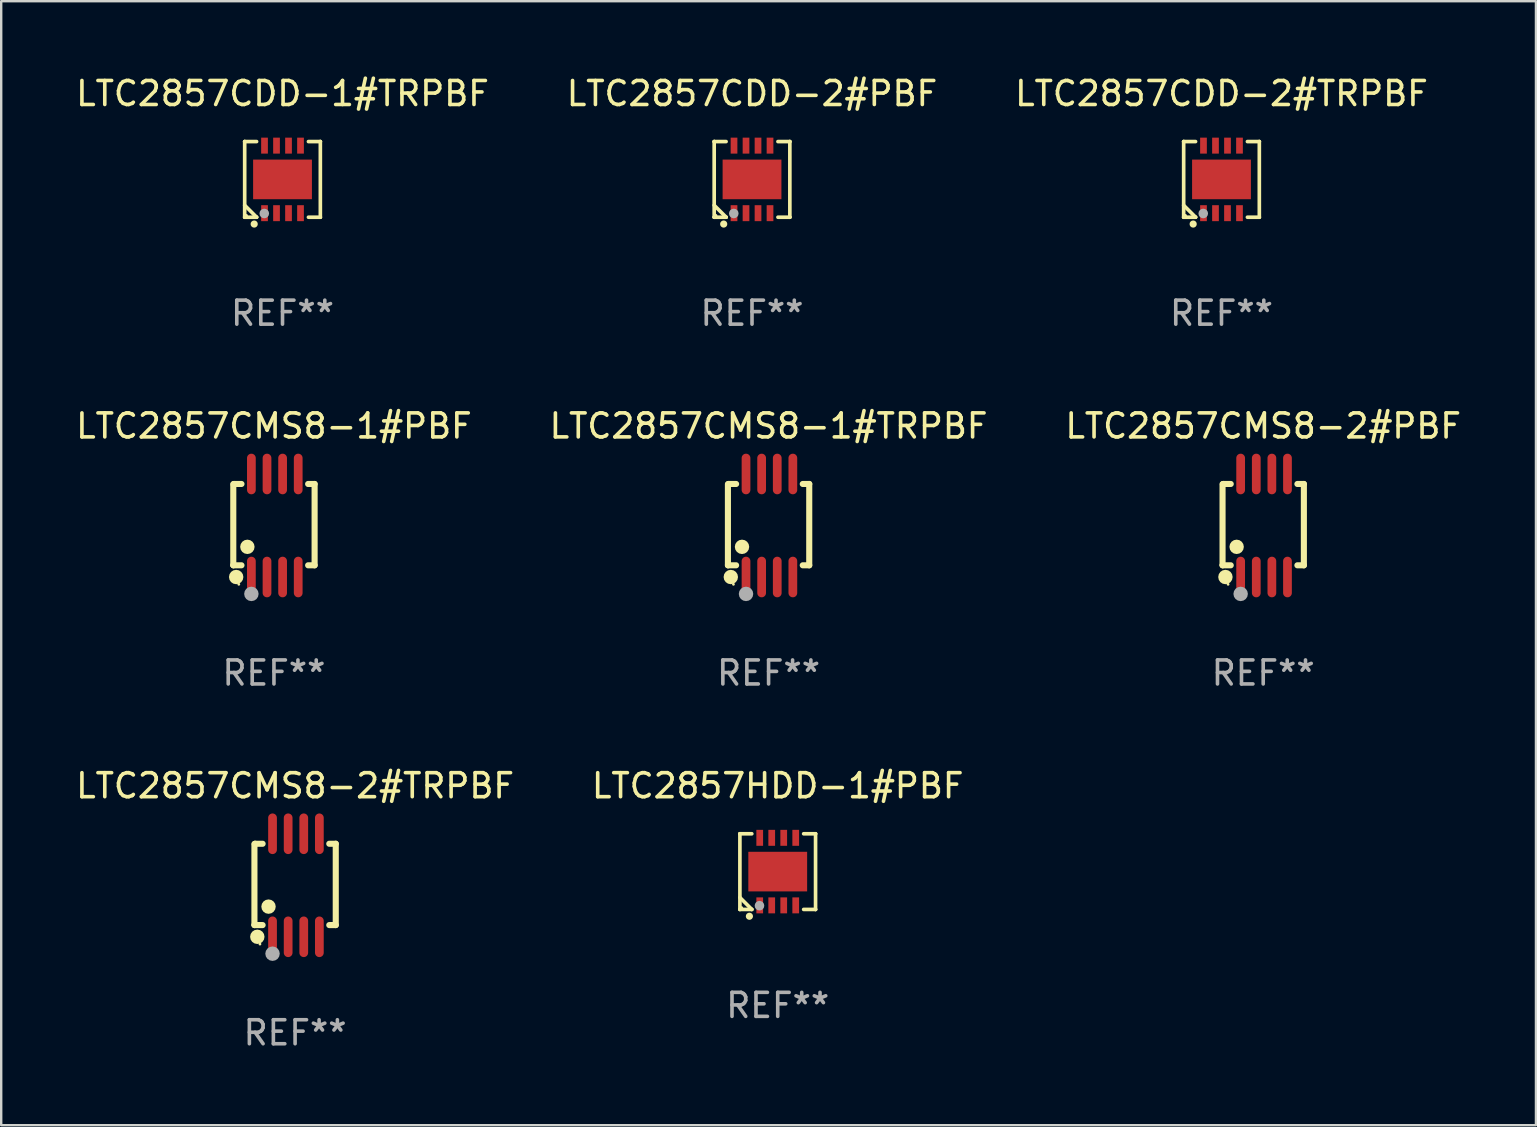
<source format=kicad_pcb>
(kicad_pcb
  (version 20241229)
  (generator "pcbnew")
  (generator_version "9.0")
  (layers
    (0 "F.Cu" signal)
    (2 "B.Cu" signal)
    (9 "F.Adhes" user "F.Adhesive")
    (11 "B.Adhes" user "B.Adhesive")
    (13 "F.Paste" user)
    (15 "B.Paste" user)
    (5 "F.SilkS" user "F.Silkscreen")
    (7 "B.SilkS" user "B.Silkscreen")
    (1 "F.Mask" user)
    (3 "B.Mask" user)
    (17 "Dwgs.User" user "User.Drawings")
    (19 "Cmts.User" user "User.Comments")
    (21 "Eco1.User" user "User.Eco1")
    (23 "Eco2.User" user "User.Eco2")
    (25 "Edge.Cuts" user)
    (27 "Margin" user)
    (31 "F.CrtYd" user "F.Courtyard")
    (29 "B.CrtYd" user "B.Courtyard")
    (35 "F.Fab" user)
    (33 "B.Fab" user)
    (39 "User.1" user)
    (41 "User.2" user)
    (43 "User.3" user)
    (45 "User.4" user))
  (footprint "LTC2857CMS8-1#PBF"
    (layer "F.Cu")
    (at 8.363 18.843)
    (property "Reference" "LTC2857CMS8-1#PBF" (at 0 -4.146 0) (layer "F.SilkS") (effects (font (size 1 1) (thickness 0.15))))
    (attr through_hole)
    (fp_line (start -1.694 -1.724) (end -1.694 1.652) (stroke (width 0.254) (type solid)) (layer "F.SilkS"))
    (fp_line (start -1.694 1.652) (end -1.688 1.658) (stroke (width 0.254) (type solid)) (layer "F.SilkS"))
    (fp_line (start -1.688 1.658) (end -1.353 1.658) (stroke (width 0.254) (type solid)) (layer "F.SilkS"))
    (fp_line (start -1.661 -1.73) (end -1.681 -1.71) (stroke (width 0.254) (type solid)) (layer "F.SilkS"))
    (fp_line (start -1.353 -1.73) (end -1.661 -1.73) (stroke (width 0.254) (type solid)) (layer "F.SilkS"))
    (fp_line (start 1.424 1.658) (end 1.694 1.658) (stroke (width 0.254) (type solid)) (layer "F.SilkS"))
    (fp_line (start 1.694 -1.73) (end 1.424 -1.73) (stroke (width 0.254) (type solid)) (layer "F.SilkS"))
    (fp_line (start 1.694 1.658) (end 1.694 -1.73) (stroke (width 0.254) (type solid)) (layer "F.SilkS"))
    (fp_circle (center -1.574 2.146) (end -1.424 2.146) (stroke (width 0.3) (type solid)) (fill no) (layer "F.SilkS"))
    (fp_circle (center -1.464 2.45) (end -1.434 2.45) (stroke (width 0.06) (type solid)) (fill no) (layer "F.SilkS"))
    (fp_circle (center -1.107 0.889) (end -0.957 0.889) (stroke (width 0.3) (type solid)) (fill no) (layer "F.SilkS"))
    (fp_circle (center -0.94 2.85) (end -0.789 2.85) (stroke (width 0.3) (type solid)) (fill no) (layer "F.Fab"))
    (fp_text user "REF**" (at 0 6.146 0) (layer "F.Fab") (effects (font (size 1 1) (thickness 0.15))))
    (pad "1" smd oval (at -0.94 2.146) (size 0.364 1.692) (layers "F.Cu" "F.Mask" "F.Paste"))
    (pad "2" smd oval (at -0.289 2.146) (size 0.364 1.692) (layers "F.Cu" "F.Mask" "F.Paste"))
    (pad "3" smd oval (at 0.361 2.146) (size 0.364 1.692) (layers "F.Cu" "F.Mask" "F.Paste"))
    (pad "4" smd oval (at 1.011 2.146) (size 0.364 1.692) (layers "F.Cu" "F.Mask" "F.Paste"))
    (pad "5" smd oval (at 1.011 -2.146) (size 0.364 1.692) (layers "F.Cu" "F.Mask" "F.Paste"))
    (pad "6" smd oval (at 0.361 -2.146) (size 0.364 1.692) (layers "F.Cu" "F.Mask" "F.Paste"))
    (pad "7" smd oval (at -0.289 -2.146) (size 0.364 1.692) (layers "F.Cu" "F.Mask" "F.Paste"))
    (pad "8" smd oval (at -0.94 -2.146) (size 0.364 1.692) (layers "F.Cu" "F.Mask" "F.Paste")))
  (footprint "LTC2857CMS8-2#PBF"
    (layer "F.Cu")
    (at 49.577 18.843)
    (property "Reference" "LTC2857CMS8-2#PBF" (at 0 -4.146 0) (layer "F.SilkS") (effects (font (size 1 1) (thickness 0.15))))
    (attr through_hole)
    (fp_line (start -1.694 -1.724) (end -1.694 1.652) (stroke (width 0.254) (type solid)) (layer "F.SilkS"))
    (fp_line (start -1.694 1.652) (end -1.688 1.658) (stroke (width 0.254) (type solid)) (layer "F.SilkS"))
    (fp_line (start -1.688 1.658) (end -1.353 1.658) (stroke (width 0.254) (type solid)) (layer "F.SilkS"))
    (fp_line (start -1.661 -1.73) (end -1.681 -1.71) (stroke (width 0.254) (type solid)) (layer "F.SilkS"))
    (fp_line (start -1.353 -1.73) (end -1.661 -1.73) (stroke (width 0.254) (type solid)) (layer "F.SilkS"))
    (fp_line (start 1.424 1.658) (end 1.694 1.658) (stroke (width 0.254) (type solid)) (layer "F.SilkS"))
    (fp_line (start 1.694 -1.73) (end 1.424 -1.73) (stroke (width 0.254) (type solid)) (layer "F.SilkS"))
    (fp_line (start 1.694 1.658) (end 1.694 -1.73) (stroke (width 0.254) (type solid)) (layer "F.SilkS"))
    (fp_circle (center -1.574 2.146) (end -1.424 2.146) (stroke (width 0.3) (type solid)) (fill no) (layer "F.SilkS"))
    (fp_circle (center -1.464 2.45) (end -1.434 2.45) (stroke (width 0.06) (type solid)) (fill no) (layer "F.SilkS"))
    (fp_circle (center -1.107 0.889) (end -0.957 0.889) (stroke (width 0.3) (type solid)) (fill no) (layer "F.SilkS"))
    (fp_circle (center -0.94 2.85) (end -0.789 2.85) (stroke (width 0.3) (type solid)) (fill no) (layer "F.Fab"))
    (fp_text user "REF**" (at 0 6.146 0) (layer "F.Fab") (effects (font (size 1 1) (thickness 0.15))))
    (pad "1" smd oval (at -0.94 2.146) (size 0.364 1.692) (layers "F.Cu" "F.Mask" "F.Paste"))
    (pad "2" smd oval (at -0.289 2.146) (size 0.364 1.692) (layers "F.Cu" "F.Mask" "F.Paste"))
    (pad "3" smd oval (at 0.361 2.146) (size 0.364 1.692) (layers "F.Cu" "F.Mask" "F.Paste"))
    (pad "4" smd oval (at 1.011 2.146) (size 0.364 1.692) (layers "F.Cu" "F.Mask" "F.Paste"))
    (pad "5" smd oval (at 1.011 -2.146) (size 0.364 1.692) (layers "F.Cu" "F.Mask" "F.Paste"))
    (pad "6" smd oval (at 0.361 -2.146) (size 0.364 1.692) (layers "F.Cu" "F.Mask" "F.Paste"))
    (pad "7" smd oval (at -0.289 -2.146) (size 0.364 1.692) (layers "F.Cu" "F.Mask" "F.Paste"))
    (pad "8" smd oval (at -0.94 -2.146) (size 0.364 1.692) (layers "F.Cu" "F.Mask" "F.Paste")))
  (footprint "LTC2857CDD-1#TRPBF"
    (layer "F.Cu")
    (at 8.72 4.424)
    (property "Reference" "LTC2857CDD-1#TRPBF" (at 0 -3.576 0) (layer "F.SilkS") (effects (font (size 1 1) (thickness 0.15))))
    (attr through_hole)
    (fp_line (start -1.576 -1.576) (end -1.576 -1.576) (stroke (width 0.152) (type solid)) (layer "F.SilkS"))
    (fp_line (start -1.576 -1.576) (end -1.08 -1.576) (stroke (width 0.152) (type solid)) (layer "F.SilkS"))
    (fp_line (start -1.576 1.576) (end -1.576 -1.576) (stroke (width 0.152) (type solid)) (layer "F.SilkS"))
    (fp_line (start -1.576 1.576) (end -1.576 1.576) (stroke (width 0.152) (type solid)) (layer "F.SilkS"))
    (fp_line (start -1.08 1.575) (end -1.576 1.079) (stroke (width 0.152) (type solid)) (layer "F.SilkS"))
    (fp_line (start -1.08 1.576) (end -1.576 1.576) (stroke (width 0.152) (type solid)) (layer "F.SilkS"))
    (fp_line (start -1.08 1.576) (end -1.08 1.575) (stroke (width 0.152) (type solid)) (layer "F.SilkS"))
    (fp_line (start 1.08 1.576) (end 1.576 1.576) (stroke (width 0.152) (type solid)) (layer "F.SilkS"))
    (fp_line (start 1.576 -1.576) (end 1.08 -1.576) (stroke (width 0.152) (type solid)) (layer "F.SilkS"))
    (fp_line (start 1.576 -1.576) (end 1.576 -1.576) (stroke (width 0.152) (type solid)) (layer "F.SilkS"))
    (fp_line (start 1.576 1.576) (end 1.576 -1.576) (stroke (width 0.152) (type solid)) (layer "F.SilkS"))
    (fp_line (start 1.576 1.576) (end 1.576 1.576) (stroke (width 0.152) (type solid)) (layer "F.SilkS"))
    (fp_circle (center -1.5 1.5) (end -1.47 1.5) (stroke (width 0.06) (type solid)) (fill no) (layer "F.SilkS"))
    (fp_circle (center -1.18 1.86) (end -1.105 1.86) (stroke (width 0.15) (type solid)) (fill no) (layer "F.SilkS"))
    (fp_circle (center -0.76 1.42) (end -0.66 1.42) (stroke (width 0.2) (type solid)) (fill no) (layer "F.Fab"))
    (fp_text user "REF**" (at 0 5.576 0) (layer "F.Fab") (effects (font (size 1 1) (thickness 0.15))))
    (pad "1" smd rect (at -0.75 1.407) (size 0.28 0.665) (layers "F.Cu" "F.Mask" "F.Paste"))
    (pad "2" smd rect (at -0.25 1.407) (size 0.28 0.665) (layers "F.Cu" "F.Mask" "F.Paste"))
    (pad "3" smd rect (at 0.25 1.407) (size 0.28 0.665) (layers "F.Cu" "F.Mask" "F.Paste"))
    (pad "4" smd rect (at 0.75 1.407) (size 0.28 0.665) (layers "F.Cu" "F.Mask" "F.Paste"))
    (pad "5" smd rect (at 0.75 -1.407) (size 0.28 0.665) (layers "F.Cu" "F.Mask" "F.Paste"))
    (pad "6" smd rect (at 0.25 -1.407) (size 0.28 0.665) (layers "F.Cu" "F.Mask" "F.Paste"))
    (pad "7" smd rect (at -0.25 -1.407) (size 0.28 0.665) (layers "F.Cu" "F.Mask" "F.Paste"))
    (pad "8" smd rect (at -0.75 -1.407) (size 0.28 0.665) (layers "F.Cu" "F.Mask" "F.Paste"))
    (pad "9" smd rect (at 0 0) (size 2.45 1.65) (layers "F.Cu" "F.Mask" "F.Paste")))
  (footprint "LTC2857CDD-2#PBF"
    (layer "F.Cu")
    (at 28.28 4.424)
    (property "Reference" "LTC2857CDD-2#PBF" (at 0 -3.576 0) (layer "F.SilkS") (effects (font (size 1 1) (thickness 0.15))))
    (attr through_hole)
    (fp_line (start -1.576 -1.576) (end -1.576 -1.576) (stroke (width 0.152) (type solid)) (layer "F.SilkS"))
    (fp_line (start -1.576 -1.576) (end -1.08 -1.576) (stroke (width 0.152) (type solid)) (layer "F.SilkS"))
    (fp_line (start -1.576 1.576) (end -1.576 -1.576) (stroke (width 0.152) (type solid)) (layer "F.SilkS"))
    (fp_line (start -1.576 1.576) (end -1.576 1.576) (stroke (width 0.152) (type solid)) (layer "F.SilkS"))
    (fp_line (start -1.08 1.575) (end -1.576 1.079) (stroke (width 0.152) (type solid)) (layer "F.SilkS"))
    (fp_line (start -1.08 1.576) (end -1.576 1.576) (stroke (width 0.152) (type solid)) (layer "F.SilkS"))
    (fp_line (start -1.08 1.576) (end -1.08 1.575) (stroke (width 0.152) (type solid)) (layer "F.SilkS"))
    (fp_line (start 1.08 1.576) (end 1.576 1.576) (stroke (width 0.152) (type solid)) (layer "F.SilkS"))
    (fp_line (start 1.576 -1.576) (end 1.08 -1.576) (stroke (width 0.152) (type solid)) (layer "F.SilkS"))
    (fp_line (start 1.576 -1.576) (end 1.576 -1.576) (stroke (width 0.152) (type solid)) (layer "F.SilkS"))
    (fp_line (start 1.576 1.576) (end 1.576 -1.576) (stroke (width 0.152) (type solid)) (layer "F.SilkS"))
    (fp_line (start 1.576 1.576) (end 1.576 1.576) (stroke (width 0.152) (type solid)) (layer "F.SilkS"))
    (fp_circle (center -1.5 1.5) (end -1.47 1.5) (stroke (width 0.06) (type solid)) (fill no) (layer "F.SilkS"))
    (fp_circle (center -1.18 1.86) (end -1.105 1.86) (stroke (width 0.15) (type solid)) (fill no) (layer "F.SilkS"))
    (fp_circle (center -0.76 1.42) (end -0.66 1.42) (stroke (width 0.2) (type solid)) (fill no) (layer "F.Fab"))
    (fp_text user "REF**" (at 0 5.576 0) (layer "F.Fab") (effects (font (size 1 1) (thickness 0.15))))
    (pad "1" smd rect (at -0.75 1.407) (size 0.28 0.665) (layers "F.Cu" "F.Mask" "F.Paste"))
    (pad "2" smd rect (at -0.25 1.407) (size 0.28 0.665) (layers "F.Cu" "F.Mask" "F.Paste"))
    (pad "3" smd rect (at 0.25 1.407) (size 0.28 0.665) (layers "F.Cu" "F.Mask" "F.Paste"))
    (pad "4" smd rect (at 0.75 1.407) (size 0.28 0.665) (layers "F.Cu" "F.Mask" "F.Paste"))
    (pad "5" smd rect (at 0.75 -1.407) (size 0.28 0.665) (layers "F.Cu" "F.Mask" "F.Paste"))
    (pad "6" smd rect (at 0.25 -1.407) (size 0.28 0.665) (layers "F.Cu" "F.Mask" "F.Paste"))
    (pad "7" smd rect (at -0.25 -1.407) (size 0.28 0.665) (layers "F.Cu" "F.Mask" "F.Paste"))
    (pad "8" smd rect (at -0.75 -1.407) (size 0.28 0.665) (layers "F.Cu" "F.Mask" "F.Paste"))
    (pad "9" smd rect (at 0 0) (size 2.45 1.65) (layers "F.Cu" "F.Mask" "F.Paste")))
  (footprint "LTC2857CMS8-2#TRPBF"
    (layer "F.Cu")
    (at 9.244 33.832)
    (property "Reference" "LTC2857CMS8-2#TRPBF" (at 0 -4.146 0) (layer "F.SilkS") (effects (font (size 1 1) (thickness 0.15))))
    (attr through_hole)
    (fp_line (start -1.694 -1.724) (end -1.694 1.652) (stroke (width 0.254) (type solid)) (layer "F.SilkS"))
    (fp_line (start -1.694 1.652) (end -1.688 1.658) (stroke (width 0.254) (type solid)) (layer "F.SilkS"))
    (fp_line (start -1.688 1.658) (end -1.353 1.658) (stroke (width 0.254) (type solid)) (layer "F.SilkS"))
    (fp_line (start -1.661 -1.73) (end -1.681 -1.71) (stroke (width 0.254) (type solid)) (layer "F.SilkS"))
    (fp_line (start -1.353 -1.73) (end -1.661 -1.73) (stroke (width 0.254) (type solid)) (layer "F.SilkS"))
    (fp_line (start 1.424 1.658) (end 1.694 1.658) (stroke (width 0.254) (type solid)) (layer "F.SilkS"))
    (fp_line (start 1.694 -1.73) (end 1.424 -1.73) (stroke (width 0.254) (type solid)) (layer "F.SilkS"))
    (fp_line (start 1.694 1.658) (end 1.694 -1.73) (stroke (width 0.254) (type solid)) (layer "F.SilkS"))
    (fp_circle (center -1.574 2.146) (end -1.424 2.146) (stroke (width 0.3) (type solid)) (fill no) (layer "F.SilkS"))
    (fp_circle (center -1.464 2.45) (end -1.434 2.45) (stroke (width 0.06) (type solid)) (fill no) (layer "F.SilkS"))
    (fp_circle (center -1.107 0.889) (end -0.957 0.889) (stroke (width 0.3) (type solid)) (fill no) (layer "F.SilkS"))
    (fp_circle (center -0.94 2.85) (end -0.789 2.85) (stroke (width 0.3) (type solid)) (fill no) (layer "F.Fab"))
    (fp_text user "REF**" (at 0 6.146 0) (layer "F.Fab") (effects (font (size 1 1) (thickness 0.15))))
    (pad "1" smd oval (at -0.94 2.146) (size 0.364 1.692) (layers "F.Cu" "F.Mask" "F.Paste"))
    (pad "2" smd oval (at -0.289 2.146) (size 0.364 1.692) (layers "F.Cu" "F.Mask" "F.Paste"))
    (pad "3" smd oval (at 0.361 2.146) (size 0.364 1.692) (layers "F.Cu" "F.Mask" "F.Paste"))
    (pad "4" smd oval (at 1.011 2.146) (size 0.364 1.692) (layers "F.Cu" "F.Mask" "F.Paste"))
    (pad "5" smd oval (at 1.011 -2.146) (size 0.364 1.692) (layers "F.Cu" "F.Mask" "F.Paste"))
    (pad "6" smd oval (at 0.361 -2.146) (size 0.364 1.692) (layers "F.Cu" "F.Mask" "F.Paste"))
    (pad "7" smd oval (at -0.289 -2.146) (size 0.364 1.692) (layers "F.Cu" "F.Mask" "F.Paste"))
    (pad "8" smd oval (at -0.94 -2.146) (size 0.364 1.692) (layers "F.Cu" "F.Mask" "F.Paste")))
  (footprint "LTC2857HDD-1#PBF"
    (layer "F.Cu")
    (at 29.351 33.262)
    (property "Reference" "LTC2857HDD-1#PBF" (at 0 -3.576 0) (layer "F.SilkS") (effects (font (size 1 1) (thickness 0.15))))
    (attr through_hole)
    (fp_line (start -1.576 -1.576) (end -1.576 -1.576) (stroke (width 0.152) (type solid)) (layer "F.SilkS"))
    (fp_line (start -1.576 -1.576) (end -1.08 -1.576) (stroke (width 0.152) (type solid)) (layer "F.SilkS"))
    (fp_line (start -1.576 1.576) (end -1.576 -1.576) (stroke (width 0.152) (type solid)) (layer "F.SilkS"))
    (fp_line (start -1.576 1.576) (end -1.576 1.576) (stroke (width 0.152) (type solid)) (layer "F.SilkS"))
    (fp_line (start -1.08 1.575) (end -1.576 1.079) (stroke (width 0.152) (type solid)) (layer "F.SilkS"))
    (fp_line (start -1.08 1.576) (end -1.576 1.576) (stroke (width 0.152) (type solid)) (layer "F.SilkS"))
    (fp_line (start -1.08 1.576) (end -1.08 1.575) (stroke (width 0.152) (type solid)) (layer "F.SilkS"))
    (fp_line (start 1.08 1.576) (end 1.576 1.576) (stroke (width 0.152) (type solid)) (layer "F.SilkS"))
    (fp_line (start 1.576 -1.576) (end 1.08 -1.576) (stroke (width 0.152) (type solid)) (layer "F.SilkS"))
    (fp_line (start 1.576 -1.576) (end 1.576 -1.576) (stroke (width 0.152) (type solid)) (layer "F.SilkS"))
    (fp_line (start 1.576 1.576) (end 1.576 -1.576) (stroke (width 0.152) (type solid)) (layer "F.SilkS"))
    (fp_line (start 1.576 1.576) (end 1.576 1.576) (stroke (width 0.152) (type solid)) (layer "F.SilkS"))
    (fp_circle (center -1.5 1.5) (end -1.47 1.5) (stroke (width 0.06) (type solid)) (fill no) (layer "F.SilkS"))
    (fp_circle (center -1.18 1.86) (end -1.105 1.86) (stroke (width 0.15) (type solid)) (fill no) (layer "F.SilkS"))
    (fp_circle (center -0.76 1.42) (end -0.66 1.42) (stroke (width 0.2) (type solid)) (fill no) (layer "F.Fab"))
    (fp_text user "REF**" (at 0 5.576 0) (layer "F.Fab") (effects (font (size 1 1) (thickness 0.15))))
    (pad "1" smd rect (at -0.75 1.407) (size 0.28 0.665) (layers "F.Cu" "F.Mask" "F.Paste"))
    (pad "2" smd rect (at -0.25 1.407) (size 0.28 0.665) (layers "F.Cu" "F.Mask" "F.Paste"))
    (pad "3" smd rect (at 0.25 1.407) (size 0.28 0.665) (layers "F.Cu" "F.Mask" "F.Paste"))
    (pad "4" smd rect (at 0.75 1.407) (size 0.28 0.665) (layers "F.Cu" "F.Mask" "F.Paste"))
    (pad "5" smd rect (at 0.75 -1.407) (size 0.28 0.665) (layers "F.Cu" "F.Mask" "F.Paste"))
    (pad "6" smd rect (at 0.25 -1.407) (size 0.28 0.665) (layers "F.Cu" "F.Mask" "F.Paste"))
    (pad "7" smd rect (at -0.25 -1.407) (size 0.28 0.665) (layers "F.Cu" "F.Mask" "F.Paste"))
    (pad "8" smd rect (at -0.75 -1.407) (size 0.28 0.665) (layers "F.Cu" "F.Mask" "F.Paste"))
    (pad "9" smd rect (at 0 0) (size 2.45 1.65) (layers "F.Cu" "F.Mask" "F.Paste")))
  (footprint "LTC2857CMS8-1#TRPBF"
    (layer "F.Cu")
    (at 28.97 18.843)
    (property "Reference" "LTC2857CMS8-1#TRPBF" (at 0 -4.146 0) (layer "F.SilkS") (effects (font (size 1 1) (thickness 0.15))))
    (attr through_hole)
    (fp_line (start -1.694 -1.724) (end -1.694 1.652) (stroke (width 0.254) (type solid)) (layer "F.SilkS"))
    (fp_line (start -1.694 1.652) (end -1.688 1.658) (stroke (width 0.254) (type solid)) (layer "F.SilkS"))
    (fp_line (start -1.688 1.658) (end -1.353 1.658) (stroke (width 0.254) (type solid)) (layer "F.SilkS"))
    (fp_line (start -1.661 -1.73) (end -1.681 -1.71) (stroke (width 0.254) (type solid)) (layer "F.SilkS"))
    (fp_line (start -1.353 -1.73) (end -1.661 -1.73) (stroke (width 0.254) (type solid)) (layer "F.SilkS"))
    (fp_line (start 1.424 1.658) (end 1.694 1.658) (stroke (width 0.254) (type solid)) (layer "F.SilkS"))
    (fp_line (start 1.694 -1.73) (end 1.424 -1.73) (stroke (width 0.254) (type solid)) (layer "F.SilkS"))
    (fp_line (start 1.694 1.658) (end 1.694 -1.73) (stroke (width 0.254) (type solid)) (layer "F.SilkS"))
    (fp_circle (center -1.574 2.146) (end -1.424 2.146) (stroke (width 0.3) (type solid)) (fill no) (layer "F.SilkS"))
    (fp_circle (center -1.464 2.45) (end -1.434 2.45) (stroke (width 0.06) (type solid)) (fill no) (layer "F.SilkS"))
    (fp_circle (center -1.107 0.889) (end -0.957 0.889) (stroke (width 0.3) (type solid)) (fill no) (layer "F.SilkS"))
    (fp_circle (center -0.94 2.85) (end -0.789 2.85) (stroke (width 0.3) (type solid)) (fill no) (layer "F.Fab"))
    (fp_text user "REF**" (at 0 6.146 0) (layer "F.Fab") (effects (font (size 1 1) (thickness 0.15))))
    (pad "1" smd oval (at -0.94 2.146) (size 0.364 1.692) (layers "F.Cu" "F.Mask" "F.Paste"))
    (pad "2" smd oval (at -0.289 2.146) (size 0.364 1.692) (layers "F.Cu" "F.Mask" "F.Paste"))
    (pad "3" smd oval (at 0.361 2.146) (size 0.364 1.692) (layers "F.Cu" "F.Mask" "F.Paste"))
    (pad "4" smd oval (at 1.011 2.146) (size 0.364 1.692) (layers "F.Cu" "F.Mask" "F.Paste"))
    (pad "5" smd oval (at 1.011 -2.146) (size 0.364 1.692) (layers "F.Cu" "F.Mask" "F.Paste"))
    (pad "6" smd oval (at 0.361 -2.146) (size 0.364 1.692) (layers "F.Cu" "F.Mask" "F.Paste"))
    (pad "7" smd oval (at -0.289 -2.146) (size 0.364 1.692) (layers "F.Cu" "F.Mask" "F.Paste"))
    (pad "8" smd oval (at -0.94 -2.146) (size 0.364 1.692) (layers "F.Cu" "F.Mask" "F.Paste")))
  (footprint "LTC2857CDD-2#TRPBF"
    (layer "F.Cu")
    (at 47.839 4.424)
    (property "Reference" "LTC2857CDD-2#TRPBF" (at 0 -3.576 0) (layer "F.SilkS") (effects (font (size 1 1) (thickness 0.15))))
    (attr through_hole)
    (fp_line (start -1.576 -1.576) (end -1.576 -1.576) (stroke (width 0.152) (type solid)) (layer "F.SilkS"))
    (fp_line (start -1.576 -1.576) (end -1.08 -1.576) (stroke (width 0.152) (type solid)) (layer "F.SilkS"))
    (fp_line (start -1.576 1.576) (end -1.576 -1.576) (stroke (width 0.152) (type solid)) (layer "F.SilkS"))
    (fp_line (start -1.576 1.576) (end -1.576 1.576) (stroke (width 0.152) (type solid)) (layer "F.SilkS"))
    (fp_line (start -1.08 1.575) (end -1.576 1.079) (stroke (width 0.152) (type solid)) (layer "F.SilkS"))
    (fp_line (start -1.08 1.576) (end -1.576 1.576) (stroke (width 0.152) (type solid)) (layer "F.SilkS"))
    (fp_line (start -1.08 1.576) (end -1.08 1.575) (stroke (width 0.152) (type solid)) (layer "F.SilkS"))
    (fp_line (start 1.08 1.576) (end 1.576 1.576) (stroke (width 0.152) (type solid)) (layer "F.SilkS"))
    (fp_line (start 1.576 -1.576) (end 1.08 -1.576) (stroke (width 0.152) (type solid)) (layer "F.SilkS"))
    (fp_line (start 1.576 -1.576) (end 1.576 -1.576) (stroke (width 0.152) (type solid)) (layer "F.SilkS"))
    (fp_line (start 1.576 1.576) (end 1.576 -1.576) (stroke (width 0.152) (type solid)) (layer "F.SilkS"))
    (fp_line (start 1.576 1.576) (end 1.576 1.576) (stroke (width 0.152) (type solid)) (layer "F.SilkS"))
    (fp_circle (center -1.5 1.5) (end -1.47 1.5) (stroke (width 0.06) (type solid)) (fill no) (layer "F.SilkS"))
    (fp_circle (center -1.18 1.86) (end -1.105 1.86) (stroke (width 0.15) (type solid)) (fill no) (layer "F.SilkS"))
    (fp_circle (center -0.76 1.42) (end -0.66 1.42) (stroke (width 0.2) (type solid)) (fill no) (layer "F.Fab"))
    (fp_text user "REF**" (at 0 5.576 0) (layer "F.Fab") (effects (font (size 1 1) (thickness 0.15))))
    (pad "1" smd rect (at -0.75 1.407) (size 0.28 0.665) (layers "F.Cu" "F.Mask" "F.Paste"))
    (pad "2" smd rect (at -0.25 1.407) (size 0.28 0.665) (layers "F.Cu" "F.Mask" "F.Paste"))
    (pad "3" smd rect (at 0.25 1.407) (size 0.28 0.665) (layers "F.Cu" "F.Mask" "F.Paste"))
    (pad "4" smd rect (at 0.75 1.407) (size 0.28 0.665) (layers "F.Cu" "F.Mask" "F.Paste"))
    (pad "5" smd rect (at 0.75 -1.407) (size 0.28 0.665) (layers "F.Cu" "F.Mask" "F.Paste"))
    (pad "6" smd rect (at 0.25 -1.407) (size 0.28 0.665) (layers "F.Cu" "F.Mask" "F.Paste"))
    (pad "7" smd rect (at -0.25 -1.407) (size 0.28 0.665) (layers "F.Cu" "F.Mask" "F.Paste"))
    (pad "8" smd rect (at -0.75 -1.407) (size 0.28 0.665) (layers "F.Cu" "F.Mask" "F.Paste"))
    (pad "9" smd rect (at 0 0) (size 2.45 1.65) (layers "F.Cu" "F.Mask" "F.Paste")))
  (gr_rect
    (start -3 -3)
    (end 60.94 43.826)
    (stroke (width 0.1) (type default))
    (fill no)
    (layer "Edge.Cuts")))
</source>
